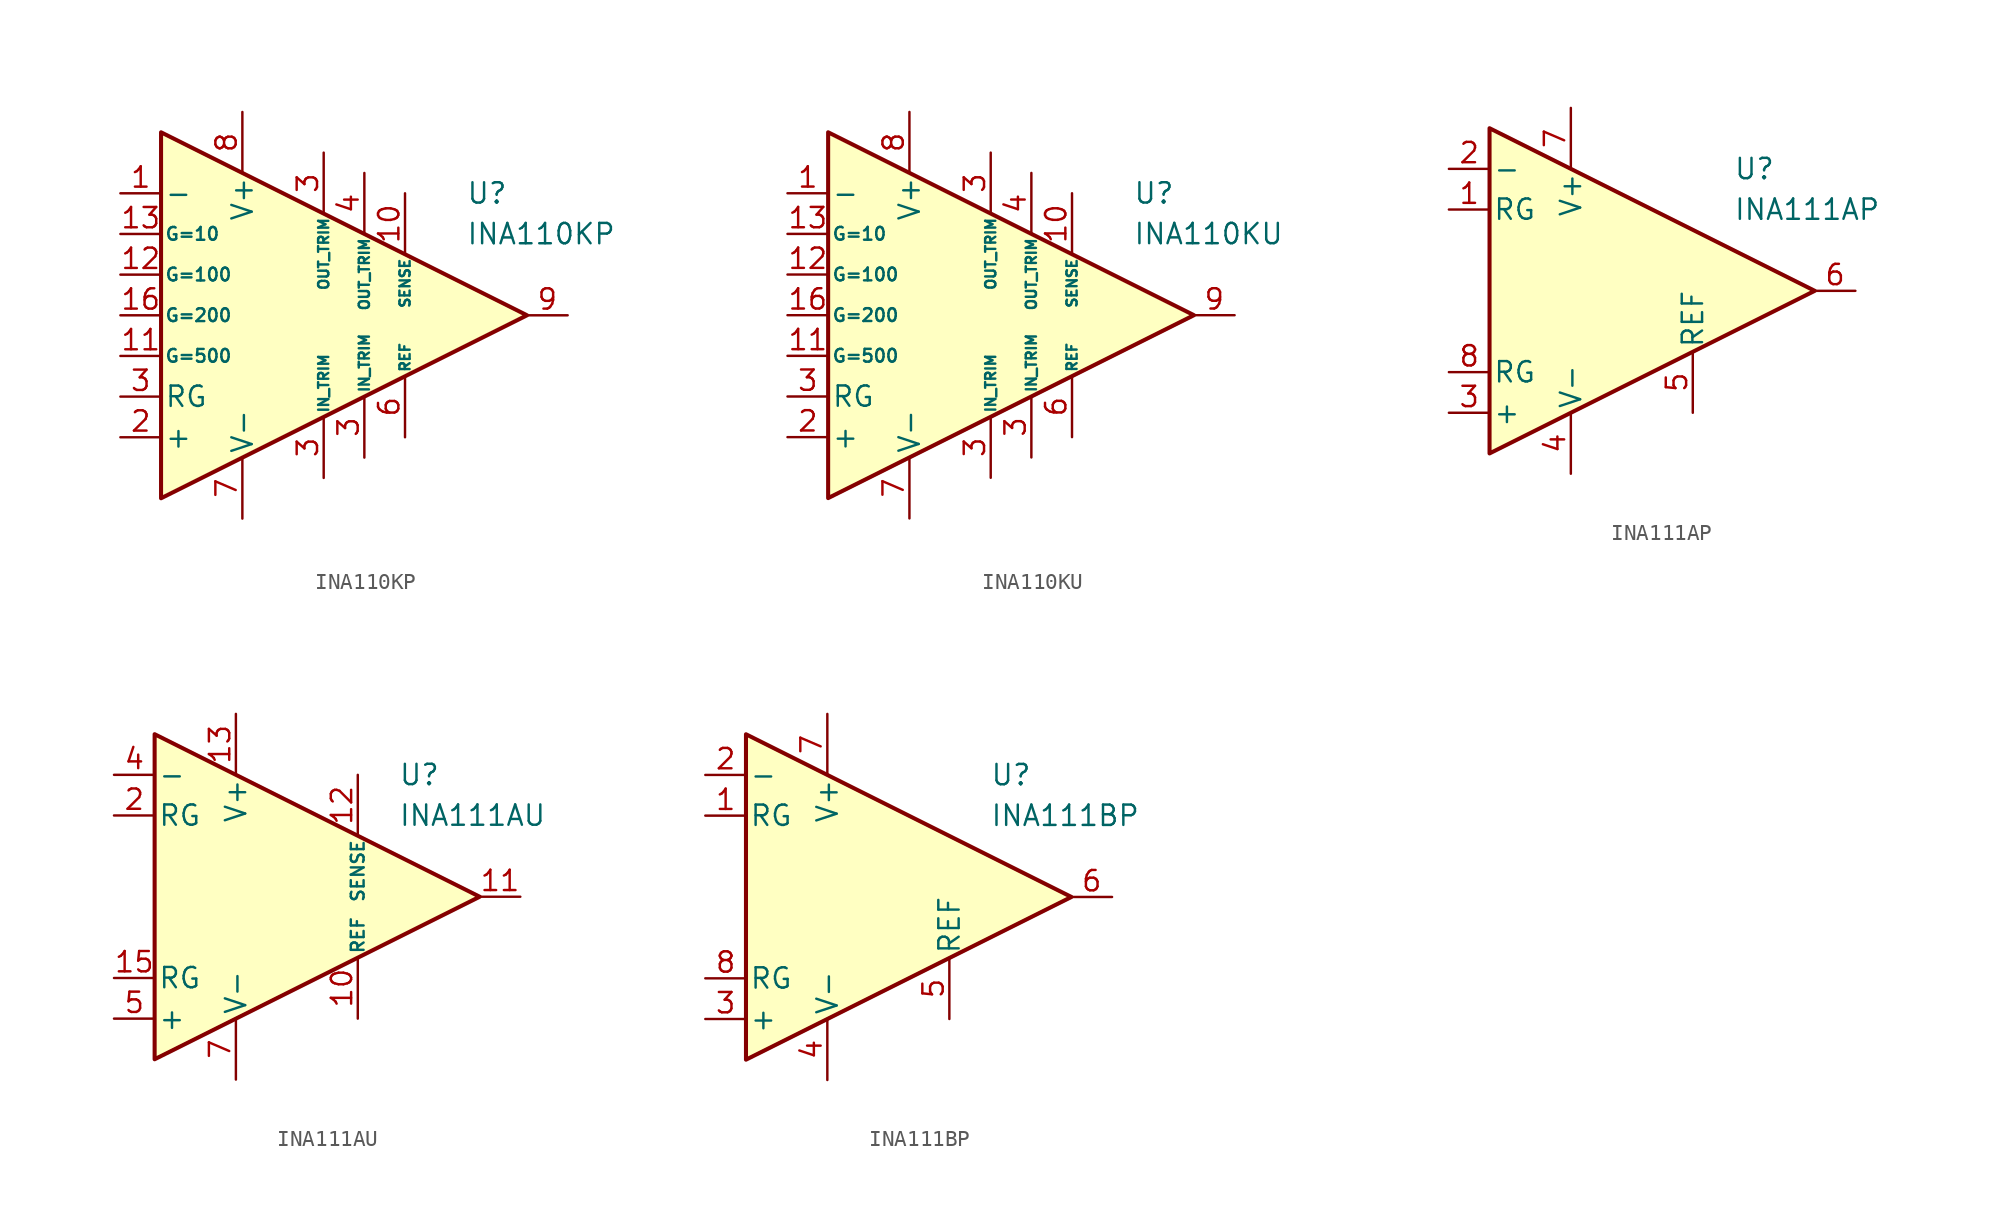
<source format=kicad_sym>
(kicad_symbol_lib
  (version 20231120)
  (generator "kicad_symbol_editor")
  (generator_version "8.0")
  (symbol "INA110KP"
    (pin_names
      (offset 0.2))
    (property "Reference" "U"
      (at 10.16 7.62 0)
      (effects (font (size 1.27 1.27)) (justify left)))
    (property "Value" "INA110KP"
      (at 10.16 5.08 0)
      (effects (font (size 1.27 1.27)) (justify left)))
    (symbol "INA110KP_0_1"
      (polyline (pts (xy -8.89 11.43) (xy -8.89 -11.43) (xy 13.97 0) (xy -8.89 11.43)) (stroke (width 0.254) (type default)) (fill (type background))))
    (symbol "INA110KP_1_1"
      (pin input line (at -11.43 7.62 0) (length 2.54) (name "-" (effects (font (size 1.27 1.27)))) (number "1" (effects (font (size 1.27 1.27)))))
      (pin input line (at 6.35 7.62 270) (length 3.81) (name "SENSE" (effects (font (size 0.635 0.635)))) (number "10" (effects (font (size 1.27 1.27)))))
      (pin passive line (at -11.43 -2.54 0) (length 2.54) (name "G=500" (effects (font (size 0.8 0.8)))) (number "11" (effects (font (size 1.27 1.27)))))
      (pin passive line (at -11.43 2.54 0) (length 2.54) (name "G=100" (effects (font (size 0.8 0.8)))) (number "12" (effects (font (size 1.27 1.27)))))
      (pin passive line (at -11.43 5.08 0) (length 2.54) (name "G=10" (effects (font (size 0.8 0.8)))) (number "13" (effects (font (size 1.27 1.27)))))
      (pin passive line (at -11.43 0 0) (length 2.54) (name "G=200" (effects (font (size 0.8 0.8)))) (number "16" (effects (font (size 1.27 1.27)))))
      (pin input line (at -11.43 -7.62 0) (length 2.54) (name "+" (effects (font (size 1.27 1.27)))) (number "2" (effects (font (size 1.27 1.27)))))
      (pin passive line (at 1.27 -10.16 90) (length 3.81) (name "IN_TRIM" (effects (font (size 0.635 0.635)))) (number "3" (effects (font (size 1.27 1.27)))))
      (pin passive line (at 3.81 -8.89 90) (length 3.81) (name "IN_TRIM" (effects (font (size 0.635 0.635)))) (number "3" (effects (font (size 1.27 1.27)))))
      (pin passive line (at 1.27 10.16 270) (length 3.81) (name "OUT_TRIM" (effects (font (size 0.635 0.635)))) (number "3" (effects (font (size 1.27 1.27)))))
      (pin passive line (at -11.43 -5.08 0) (length 2.54) (name "RG" (effects (font (size 1.27 1.27)))) (number "3" (effects (font (size 1.27 1.27)))))
      (pin passive line (at 3.81 8.89 270) (length 3.81) (name "OUT_TRIM" (effects (font (size 0.635 0.635)))) (number "4" (effects (font (size 1.27 1.27)))))
      (pin input line (at 6.35 -7.62 90) (length 3.81) (name "REF" (effects (font (size 0.635 0.635)))) (number "6" (effects (font (size 1.27 1.27)))))
      (pin power_in line (at -3.81 -12.7 90) (length 3.81) (name "V-" (effects (font (size 1.27 1.27)))) (number "7" (effects (font (size 1.27 1.27)))))
      (pin power_in line (at -3.81 12.7 270) (length 3.81) (name "V+" (effects (font (size 1.27 1.27)))) (number "8" (effects (font (size 1.27 1.27)))))
      (pin output line (at 16.51 0 180) (length 2.54) (name "~" (effects (font (size 1.27 1.27)))) (number "9" (effects (font (size 1.27 1.27)))))))
  (symbol "INA110KU"
    (pin_names
      (offset 0.2))
    (property "Reference" "U"
      (at 10.16 7.62 0)
      (effects (font (size 1.27 1.27)) (justify left)))
    (property "Value" "INA110KU"
      (at 10.16 5.08 0)
      (effects (font (size 1.27 1.27)) (justify left)))
    (symbol "INA110KU_0_1"
      (polyline (pts (xy -8.89 11.43) (xy -8.89 -11.43) (xy 13.97 0) (xy -8.89 11.43)) (stroke (width 0.254) (type default)) (fill (type background))))
    (symbol "INA110KU_1_1"
      (pin input line (at -11.43 7.62 0) (length 2.54) (name "-" (effects (font (size 1.27 1.27)))) (number "1" (effects (font (size 1.27 1.27)))))
      (pin input line (at 6.35 7.62 270) (length 3.81) (name "SENSE" (effects (font (size 0.635 0.635)))) (number "10" (effects (font (size 1.27 1.27)))))
      (pin passive line (at -11.43 -2.54 0) (length 2.54) (name "G=500" (effects (font (size 0.8 0.8)))) (number "11" (effects (font (size 1.27 1.27)))))
      (pin passive line (at -11.43 2.54 0) (length 2.54) (name "G=100" (effects (font (size 0.8 0.8)))) (number "12" (effects (font (size 1.27 1.27)))))
      (pin passive line (at -11.43 5.08 0) (length 2.54) (name "G=10" (effects (font (size 0.8 0.8)))) (number "13" (effects (font (size 1.27 1.27)))))
      (pin passive line (at -11.43 0 0) (length 2.54) (name "G=200" (effects (font (size 0.8 0.8)))) (number "16" (effects (font (size 1.27 1.27)))))
      (pin input line (at -11.43 -7.62 0) (length 2.54) (name "+" (effects (font (size 1.27 1.27)))) (number "2" (effects (font (size 1.27 1.27)))))
      (pin passive line (at 1.27 -10.16 90) (length 3.81) (name "IN_TRIM" (effects (font (size 0.635 0.635)))) (number "3" (effects (font (size 1.27 1.27)))))
      (pin passive line (at 3.81 -8.89 90) (length 3.81) (name "IN_TRIM" (effects (font (size 0.635 0.635)))) (number "3" (effects (font (size 1.27 1.27)))))
      (pin passive line (at 1.27 10.16 270) (length 3.81) (name "OUT_TRIM" (effects (font (size 0.635 0.635)))) (number "3" (effects (font (size 1.27 1.27)))))
      (pin passive line (at -11.43 -5.08 0) (length 2.54) (name "RG" (effects (font (size 1.27 1.27)))) (number "3" (effects (font (size 1.27 1.27)))))
      (pin passive line (at 3.81 8.89 270) (length 3.81) (name "OUT_TRIM" (effects (font (size 0.635 0.635)))) (number "4" (effects (font (size 1.27 1.27)))))
      (pin input line (at 6.35 -7.62 90) (length 3.81) (name "REF" (effects (font (size 0.635 0.635)))) (number "6" (effects (font (size 1.27 1.27)))))
      (pin power_in line (at -3.81 -12.7 90) (length 3.81) (name "V-" (effects (font (size 1.27 1.27)))) (number "7" (effects (font (size 1.27 1.27)))))
      (pin power_in line (at -3.81 12.7 270) (length 3.81) (name "V+" (effects (font (size 1.27 1.27)))) (number "8" (effects (font (size 1.27 1.27)))))
      (pin output line (at 16.51 0 180) (length 2.54) (name "~" (effects (font (size 1.27 1.27)))) (number "9" (effects (font (size 1.27 1.27)))))))
  (symbol "INA111AP"
    (pin_names
      (offset 0.2))
    (property "Reference" "U"
      (at 6.35 7.62 0)
      (effects (font (size 1.27 1.27)) (justify left)))
    (property "Value" "INA111AP"
      (at 6.35 5.08 0)
      (effects (font (size 1.27 1.27)) (justify left)))
    (symbol "INA111AP_0_1"
      (polyline (pts (xy -8.89 10.16) (xy -8.89 -10.16) (xy 11.43 0) (xy -8.89 10.16)) (stroke (width 0.254) (type default)) (fill (type background))))
    (symbol "INA111AP_1_1"
      (pin passive line (at -11.43 5.08 0) (length 2.54) (name "RG" (effects (font (size 1.27 1.27)))) (number "1" (effects (font (size 1.27 1.27)))))
      (pin input line (at -11.43 7.62 0) (length 2.54) (name "-" (effects (font (size 1.27 1.27)))) (number "2" (effects (font (size 1.27 1.27)))))
      (pin input line (at -11.43 -7.62 0) (length 2.54) (name "+" (effects (font (size 1.27 1.27)))) (number "3" (effects (font (size 1.27 1.27)))))
      (pin power_in line (at -3.81 -11.43 90) (length 3.81) (name "V-" (effects (font (size 1.27 1.27)))) (number "4" (effects (font (size 1.27 1.27)))))
      (pin input line (at 3.81 -7.62 90) (length 3.81) (name "REF" (effects (font (size 1.27 1.27)))) (number "5" (effects (font (size 1.27 1.27)))))
      (pin output line (at 13.97 0 180) (length 2.54) (name "~" (effects (font (size 1.27 1.27)))) (number "6" (effects (font (size 1.27 1.27)))))
      (pin power_in line (at -3.81 11.43 270) (length 3.81) (name "V+" (effects (font (size 1.27 1.27)))) (number "7" (effects (font (size 1.27 1.27)))))
      (pin passive line (at -11.43 -5.08 0) (length 2.54) (name "RG" (effects (font (size 1.27 1.27)))) (number "8" (effects (font (size 1.27 1.27)))))))
  (symbol "INA111AU"
    (pin_names
      (offset 0.2))
    (property "Reference" "U"
      (at 6.35 7.62 0)
      (effects (font (size 1.27 1.27)) (justify left)))
    (property "Value" "INA111AU"
      (at 6.35 5.08 0)
      (effects (font (size 1.27 1.27)) (justify left)))
    (symbol "INA111AU_0_1"
      (polyline (pts (xy -8.89 10.16) (xy -8.89 -10.16) (xy 11.43 0) (xy -8.89 10.16)) (stroke (width 0.254) (type default)) (fill (type background))))
    (symbol "INA111AU_1_1"
      (pin free line (at -6.35 3.81 0) (length 2.54) hide (name "NC" (effects (font (size 1.27 1.27)))) (number "1" (effects (font (size 1.27 1.27)))))
      (pin input line (at 3.81 -7.62 90) (length 3.81) (name "REF" (effects (font (size 0.8 0.8)))) (number "10" (effects (font (size 1.27 1.27)))))
      (pin output line (at 13.97 0 180) (length 2.54) (name "~" (effects (font (size 1.27 1.27)))) (number "11" (effects (font (size 1.27 1.27)))))
      (pin input line (at 3.81 7.62 270) (length 3.81) (name "SENSE" (effects (font (size 0.8 0.8)))) (number "12" (effects (font (size 1.27 1.27)))))
      (pin power_in line (at -3.81 11.43 270) (length 3.81) (name "V+" (effects (font (size 1.27 1.27)))) (number "13" (effects (font (size 1.27 1.27)))))
      (pin free line (at -2.54 0 0) (length 2.54) hide (name "NC" (effects (font (size 1.27 1.27)))) (number "14" (effects (font (size 1.27 1.27)))))
      (pin passive line (at -11.43 -5.08 0) (length 2.54) (name "RG" (effects (font (size 1.27 1.27)))) (number "15" (effects (font (size 1.27 1.27)))))
      (pin free line (at -2.54 -2.54 0) (length 2.54) hide (name "NC" (effects (font (size 1.27 1.27)))) (number "16" (effects (font (size 1.27 1.27)))))
      (pin passive line (at -11.43 5.08 0) (length 2.54) (name "RG" (effects (font (size 1.27 1.27)))) (number "2" (effects (font (size 1.27 1.27)))))
      (pin free line (at -6.35 1.27 0) (length 2.54) hide (name "NC" (effects (font (size 1.27 1.27)))) (number "3" (effects (font (size 1.27 1.27)))))
      (pin input line (at -11.43 7.62 0) (length 2.54) (name "-" (effects (font (size 1.27 1.27)))) (number "4" (effects (font (size 1.27 1.27)))))
      (pin input line (at -11.43 -7.62 0) (length 2.54) (name "+" (effects (font (size 1.27 1.27)))) (number "5" (effects (font (size 1.27 1.27)))))
      (pin free line (at -6.35 -1.27 0) (length 2.54) hide (name "NC" (effects (font (size 1.27 1.27)))) (number "6" (effects (font (size 1.27 1.27)))))
      (pin power_in line (at -3.81 -11.43 90) (length 3.81) (name "V-" (effects (font (size 1.27 1.27)))) (number "7" (effects (font (size 1.27 1.27)))))
      (pin free line (at -6.35 -3.81 0) (length 2.54) hide (name "NC" (effects (font (size 1.27 1.27)))) (number "8" (effects (font (size 1.27 1.27)))))
      (pin free line (at -2.54 2.54 0) (length 2.54) hide (name "NC" (effects (font (size 1.27 1.27)))) (number "9" (effects (font (size 1.27 1.27)))))))
  (symbol "INA111BP"
    (pin_names
      (offset 0.2))
    (property "Reference" "U"
      (at 6.35 7.62 0)
      (effects (font (size 1.27 1.27)) (justify left)))
    (property "Value" "INA111BP"
      (at 6.35 5.08 0)
      (effects (font (size 1.27 1.27)) (justify left)))
    (symbol "INA111BP_0_1"
      (polyline (pts (xy -8.89 10.16) (xy -8.89 -10.16) (xy 11.43 0) (xy -8.89 10.16)) (stroke (width 0.254) (type default)) (fill (type background))))
    (symbol "INA111BP_1_1"
      (pin passive line (at -11.43 5.08 0) (length 2.54) (name "RG" (effects (font (size 1.27 1.27)))) (number "1" (effects (font (size 1.27 1.27)))))
      (pin input line (at -11.43 7.62 0) (length 2.54) (name "-" (effects (font (size 1.27 1.27)))) (number "2" (effects (font (size 1.27 1.27)))))
      (pin input line (at -11.43 -7.62 0) (length 2.54) (name "+" (effects (font (size 1.27 1.27)))) (number "3" (effects (font (size 1.27 1.27)))))
      (pin power_in line (at -3.81 -11.43 90) (length 3.81) (name "V-" (effects (font (size 1.27 1.27)))) (number "4" (effects (font (size 1.27 1.27)))))
      (pin input line (at 3.81 -7.62 90) (length 3.81) (name "REF" (effects (font (size 1.27 1.27)))) (number "5" (effects (font (size 1.27 1.27)))))
      (pin output line (at 13.97 0 180) (length 2.54) (name "~" (effects (font (size 1.27 1.27)))) (number "6" (effects (font (size 1.27 1.27)))))
      (pin power_in line (at -3.81 11.43 270) (length 3.81) (name "V+" (effects (font (size 1.27 1.27)))) (number "7" (effects (font (size 1.27 1.27)))))
      (pin passive line (at -11.43 -5.08 0) (length 2.54) (name "RG" (effects (font (size 1.27 1.27)))) (number "8" (effects (font (size 1.27 1.27))))))))
</source>
